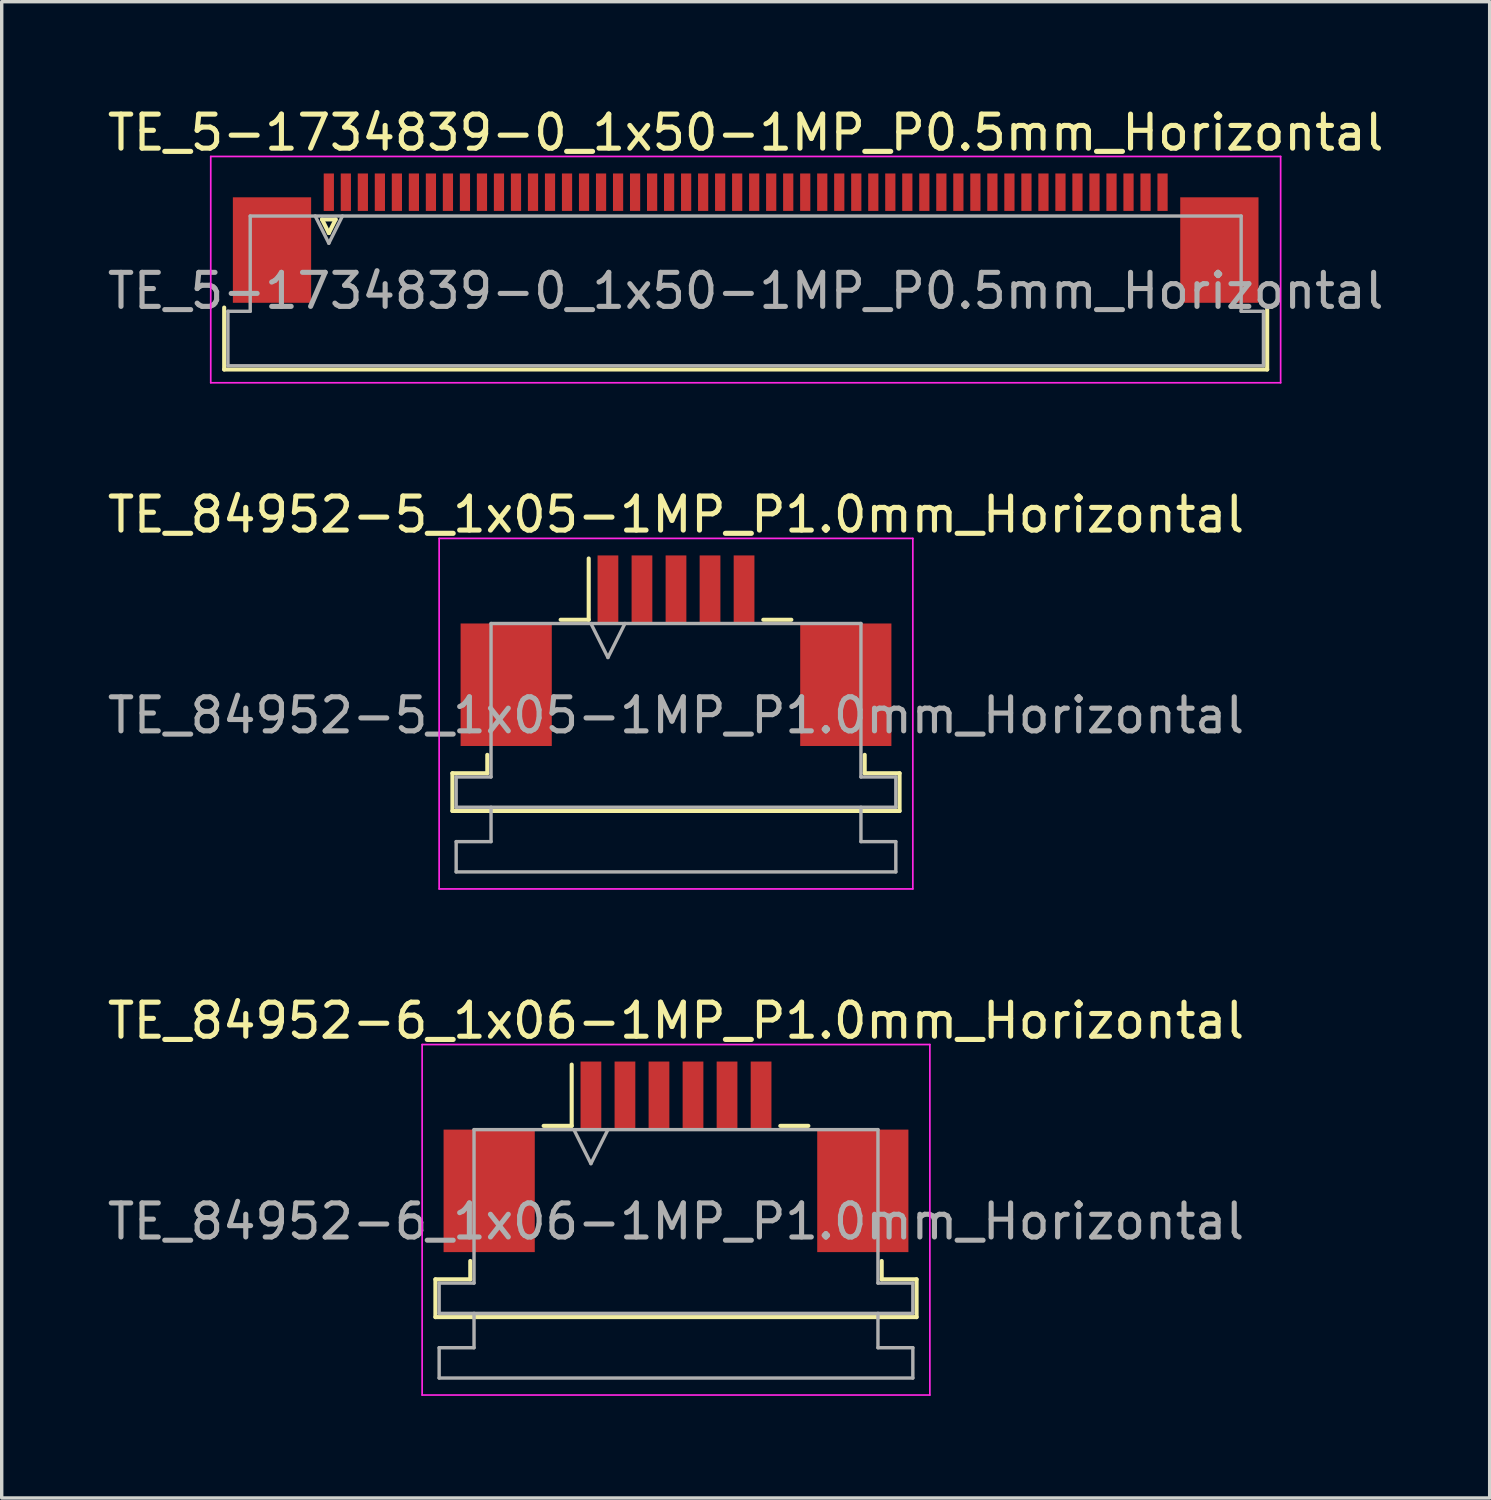
<source format=kicad_pcb>
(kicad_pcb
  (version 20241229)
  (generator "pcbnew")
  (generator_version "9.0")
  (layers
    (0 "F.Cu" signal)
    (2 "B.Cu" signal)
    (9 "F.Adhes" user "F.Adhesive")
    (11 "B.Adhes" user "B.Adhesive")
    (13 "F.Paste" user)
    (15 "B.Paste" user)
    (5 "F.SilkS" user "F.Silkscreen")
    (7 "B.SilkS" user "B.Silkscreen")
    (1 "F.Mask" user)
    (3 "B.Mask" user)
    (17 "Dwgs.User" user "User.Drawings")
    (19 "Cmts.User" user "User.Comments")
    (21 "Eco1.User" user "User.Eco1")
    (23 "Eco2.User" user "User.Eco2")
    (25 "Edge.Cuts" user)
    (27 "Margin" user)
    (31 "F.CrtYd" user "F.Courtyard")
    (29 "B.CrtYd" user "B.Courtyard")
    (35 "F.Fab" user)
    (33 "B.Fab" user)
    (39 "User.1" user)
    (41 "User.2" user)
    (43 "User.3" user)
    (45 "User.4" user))
  (footprint "TE_84952-6_1x06-1MP_P1.0mm_Horizontal"
    (layer "F.Cu")
    (at 16.815 30.945)
    (property "Reference" "TE_84952-6_1x06-1MP_P1.0mm_Horizontal" (at 0 -4 0) (layer "F.SilkS") (effects (font (size 1 1) (thickness 0.15))))
    (attr smd)
    (fp_line (start -7.07 3.6) (end -6.045 3.6) (stroke (width 0.12) (type solid)) (layer "F.SilkS"))
    (fp_line (start -7.07 4.71) (end -7.07 3.6) (stroke (width 0.12) (type solid)) (layer "F.SilkS"))
    (fp_line (start -6.045 3.6) (end -6.045 3.06) (stroke (width 0.12) (type solid)) (layer "F.SilkS"))
    (fp_line (start -3.89 -0.91) (end -3.065 -0.91) (stroke (width 0.12) (type solid)) (layer "F.SilkS"))
    (fp_line (start -3.065 -0.91) (end -3.065 -2.71) (stroke (width 0.12) (type solid)) (layer "F.SilkS"))
    (fp_line (start 3.065 -0.91) (end 3.89 -0.91) (stroke (width 0.12) (type solid)) (layer "F.SilkS"))
    (fp_line (start 6.045 3.06) (end 6.045 3.6) (stroke (width 0.12) (type solid)) (layer "F.SilkS"))
    (fp_line (start 6.045 3.6) (end 7.07 3.6) (stroke (width 0.12) (type solid)) (layer "F.SilkS"))
    (fp_line (start 7.07 3.6) (end 7.07 4.71) (stroke (width 0.12) (type solid)) (layer "F.SilkS"))
    (fp_line (start 7.07 4.71) (end -7.07 4.71) (stroke (width 0.12) (type solid)) (layer "F.SilkS"))
    (fp_line (start -7.46 -3.3) (end -7.46 7) (stroke (width 0.05) (type solid)) (layer "F.CrtYd"))
    (fp_line (start -7.46 7) (end 7.46 7) (stroke (width 0.05) (type solid)) (layer "F.CrtYd"))
    (fp_line (start 7.46 -3.3) (end -7.46 -3.3) (stroke (width 0.05) (type solid)) (layer "F.CrtYd"))
    (fp_line (start 7.46 7) (end 7.46 -3.3) (stroke (width 0.05) (type solid)) (layer "F.CrtYd"))
    (fp_line (start -6.96 3.71) (end -5.935 3.71) (stroke (width 0.1) (type solid)) (layer "F.Fab"))
    (fp_line (start -6.96 4.6) (end -6.96 3.71) (stroke (width 0.1) (type solid)) (layer "F.Fab"))
    (fp_line (start -6.96 5.61) (end -5.935 5.61) (stroke (width 0.1) (type solid)) (layer "F.Fab"))
    (fp_line (start -6.96 6.5) (end -6.96 5.61) (stroke (width 0.1) (type solid)) (layer "F.Fab"))
    (fp_line (start -5.935 -0.8) (end 5.935 -0.8) (stroke (width 0.1) (type solid)) (layer "F.Fab"))
    (fp_line (start -5.935 3.71) (end -5.935 -0.8) (stroke (width 0.1) (type solid)) (layer "F.Fab"))
    (fp_line (start -5.935 5.61) (end -5.935 4.6) (stroke (width 0.1) (type solid)) (layer "F.Fab"))
    (fp_line (start -3 -0.8) (end -2.5 0.2) (stroke (width 0.1) (type solid)) (layer "F.Fab"))
    (fp_line (start -2.5 0.2) (end -2 -0.8) (stroke (width 0.1) (type solid)) (layer "F.Fab"))
    (fp_line (start 5.935 -0.8) (end 5.935 3.71) (stroke (width 0.1) (type solid)) (layer "F.Fab"))
    (fp_line (start 5.935 3.71) (end 6.96 3.71) (stroke (width 0.1) (type solid)) (layer "F.Fab"))
    (fp_line (start 5.935 4.6) (end 5.935 5.61) (stroke (width 0.1) (type solid)) (layer "F.Fab"))
    (fp_line (start 5.935 5.61) (end 6.96 5.61) (stroke (width 0.1) (type solid)) (layer "F.Fab"))
    (fp_line (start 6.96 3.71) (end 6.96 4.6) (stroke (width 0.1) (type solid)) (layer "F.Fab"))
    (fp_line (start 6.96 4.6) (end -6.96 4.6) (stroke (width 0.1) (type solid)) (layer "F.Fab"))
    (fp_line (start 6.96 5.61) (end 6.96 6.5) (stroke (width 0.1) (type solid)) (layer "F.Fab"))
    (fp_line (start 6.96 6.5) (end -6.96 6.5) (stroke (width 0.1) (type solid)) (layer "F.Fab"))
    (fp_text user "${REFERENCE}" (at 0 1.9 0) (layer "F.Fab") (effects (font (size 1 1) (thickness 0.15))))
    (pad "1" smd rect (at -2.5 -1.8) (size 0.61 2) (layers "F.Cu" "F.Mask" "F.Paste"))
    (pad "2" smd rect (at -1.5 -1.8) (size 0.61 2) (layers "F.Cu" "F.Mask" "F.Paste"))
    (pad "3" smd rect (at -0.5 -1.8) (size 0.61 2) (layers "F.Cu" "F.Mask" "F.Paste"))
    (pad "4" smd rect (at 0.5 -1.8) (size 0.61 2) (layers "F.Cu" "F.Mask" "F.Paste"))
    (pad "5" smd rect (at 1.5 -1.8) (size 0.61 2) (layers "F.Cu" "F.Mask" "F.Paste"))
    (pad "6" smd rect (at 2.5 -1.8) (size 0.61 2) (layers "F.Cu" "F.Mask" "F.Paste"))
    (pad "MP" smd rect (at -5.49 1) (size 2.68 3.6) (layers "F.Cu" "F.Mask" "F.Paste"))
    (pad "MP" smd rect (at 5.49 1) (size 2.68 3.6) (layers "F.Cu" "F.Mask" "F.Paste")))
  (footprint "TE_5-1734839-0_1x50-1MP_P0.5mm_Horizontal"
    (layer "F.Cu")
    (at 18.863 4.848)
    (property "Reference" "TE_5-1734839-0_1x50-1MP_P0.5mm_Horizontal" (at 0 -4 0) (layer "F.SilkS") (effects (font (size 1 1) (thickness 0.15))))
    (attr smd)
    (fp_line (start -15.325 2.96) (end -15.325 1.14) (stroke (width 0.12) (type solid)) (layer "F.SilkS"))
    (fp_line (start -12.45 -1.45) (end -12.25 -1.05) (stroke (width 0.12) (type solid)) (layer "F.SilkS"))
    (fp_line (start -12.25 -1.05) (end -12.05 -1.45) (stroke (width 0.12) (type solid)) (layer "F.SilkS"))
    (fp_line (start -12.05 -1.45) (end -12.45 -1.45) (stroke (width 0.12) (type solid)) (layer "F.SilkS"))
    (fp_line (start 15.325 1.14) (end 15.325 2.96) (stroke (width 0.12) (type solid)) (layer "F.SilkS"))
    (fp_line (start 15.325 2.96) (end -15.325 2.96) (stroke (width 0.12) (type solid)) (layer "F.SilkS"))
    (fp_line (start -15.72 -3.3) (end -15.72 3.35) (stroke (width 0.05) (type solid)) (layer "F.CrtYd"))
    (fp_line (start -15.72 3.35) (end 15.72 3.35) (stroke (width 0.05) (type solid)) (layer "F.CrtYd"))
    (fp_line (start 15.72 -3.3) (end -15.72 -3.3) (stroke (width 0.05) (type solid)) (layer "F.CrtYd"))
    (fp_line (start 15.72 3.35) (end 15.72 -3.3) (stroke (width 0.05) (type solid)) (layer "F.CrtYd"))
    (fp_line (start -15.215 1.25) (end -14.56 1.25) (stroke (width 0.1) (type solid)) (layer "F.Fab"))
    (fp_line (start -15.215 2.85) (end -15.215 1.25) (stroke (width 0.1) (type solid)) (layer "F.Fab"))
    (fp_line (start -14.56 -1.55) (end 14.56 -1.55) (stroke (width 0.1) (type solid)) (layer "F.Fab"))
    (fp_line (start -14.56 1.25) (end -14.56 -1.55) (stroke (width 0.1) (type solid)) (layer "F.Fab"))
    (fp_line (start -12.65 -1.55) (end -12.25 -0.75) (stroke (width 0.1) (type solid)) (layer "F.Fab"))
    (fp_line (start -12.25 -0.75) (end -11.85 -1.55) (stroke (width 0.1) (type solid)) (layer "F.Fab"))
    (fp_line (start 14.56 -1.55) (end 14.56 1.25) (stroke (width 0.1) (type solid)) (layer "F.Fab"))
    (fp_line (start 14.56 1.25) (end 15.215 1.25) (stroke (width 0.1) (type solid)) (layer "F.Fab"))
    (fp_line (start 15.215 1.25) (end 15.215 2.85) (stroke (width 0.1) (type solid)) (layer "F.Fab"))
    (fp_line (start 15.215 2.85) (end -15.215 2.85) (stroke (width 0.1) (type solid)) (layer "F.Fab"))
    (fp_text user "${REFERENCE}" (at 0 0.65 0) (layer "F.Fab") (effects (font (size 1 1) (thickness 0.15))))
    (pad "1" smd rect (at -12.25 -2.25) (size 0.3 1.1) (layers "F.Cu" "F.Mask" "F.Paste"))
    (pad "2" smd rect (at -11.75 -2.25) (size 0.3 1.1) (layers "F.Cu" "F.Mask" "F.Paste"))
    (pad "3" smd rect (at -11.25 -2.25) (size 0.3 1.1) (layers "F.Cu" "F.Mask" "F.Paste"))
    (pad "4" smd rect (at -10.75 -2.25) (size 0.3 1.1) (layers "F.Cu" "F.Mask" "F.Paste"))
    (pad "5" smd rect (at -10.25 -2.25) (size 0.3 1.1) (layers "F.Cu" "F.Mask" "F.Paste"))
    (pad "6" smd rect (at -9.75 -2.25) (size 0.3 1.1) (layers "F.Cu" "F.Mask" "F.Paste"))
    (pad "7" smd rect (at -9.25 -2.25) (size 0.3 1.1) (layers "F.Cu" "F.Mask" "F.Paste"))
    (pad "8" smd rect (at -8.75 -2.25) (size 0.3 1.1) (layers "F.Cu" "F.Mask" "F.Paste"))
    (pad "9" smd rect (at -8.25 -2.25) (size 0.3 1.1) (layers "F.Cu" "F.Mask" "F.Paste"))
    (pad "10" smd rect (at -7.75 -2.25) (size 0.3 1.1) (layers "F.Cu" "F.Mask" "F.Paste"))
    (pad "11" smd rect (at -7.25 -2.25) (size 0.3 1.1) (layers "F.Cu" "F.Mask" "F.Paste"))
    (pad "12" smd rect (at -6.75 -2.25) (size 0.3 1.1) (layers "F.Cu" "F.Mask" "F.Paste"))
    (pad "13" smd rect (at -6.25 -2.25) (size 0.3 1.1) (layers "F.Cu" "F.Mask" "F.Paste"))
    (pad "14" smd rect (at -5.75 -2.25) (size 0.3 1.1) (layers "F.Cu" "F.Mask" "F.Paste"))
    (pad "15" smd rect (at -5.25 -2.25) (size 0.3 1.1) (layers "F.Cu" "F.Mask" "F.Paste"))
    (pad "16" smd rect (at -4.75 -2.25) (size 0.3 1.1) (layers "F.Cu" "F.Mask" "F.Paste"))
    (pad "17" smd rect (at -4.25 -2.25) (size 0.3 1.1) (layers "F.Cu" "F.Mask" "F.Paste"))
    (pad "18" smd rect (at -3.75 -2.25) (size 0.3 1.1) (layers "F.Cu" "F.Mask" "F.Paste"))
    (pad "19" smd rect (at -3.25 -2.25) (size 0.3 1.1) (layers "F.Cu" "F.Mask" "F.Paste"))
    (pad "20" smd rect (at -2.75 -2.25) (size 0.3 1.1) (layers "F.Cu" "F.Mask" "F.Paste"))
    (pad "21" smd rect (at -2.25 -2.25) (size 0.3 1.1) (layers "F.Cu" "F.Mask" "F.Paste"))
    (pad "22" smd rect (at -1.75 -2.25) (size 0.3 1.1) (layers "F.Cu" "F.Mask" "F.Paste"))
    (pad "23" smd rect (at -1.25 -2.25) (size 0.3 1.1) (layers "F.Cu" "F.Mask" "F.Paste"))
    (pad "24" smd rect (at -0.75 -2.25) (size 0.3 1.1) (layers "F.Cu" "F.Mask" "F.Paste"))
    (pad "25" smd rect (at -0.25 -2.25) (size 0.3 1.1) (layers "F.Cu" "F.Mask" "F.Paste"))
    (pad "26" smd rect (at 0.25 -2.25) (size 0.3 1.1) (layers "F.Cu" "F.Mask" "F.Paste"))
    (pad "27" smd rect (at 0.75 -2.25) (size 0.3 1.1) (layers "F.Cu" "F.Mask" "F.Paste"))
    (pad "28" smd rect (at 1.25 -2.25) (size 0.3 1.1) (layers "F.Cu" "F.Mask" "F.Paste"))
    (pad "29" smd rect (at 1.75 -2.25) (size 0.3 1.1) (layers "F.Cu" "F.Mask" "F.Paste"))
    (pad "30" smd rect (at 2.25 -2.25) (size 0.3 1.1) (layers "F.Cu" "F.Mask" "F.Paste"))
    (pad "31" smd rect (at 2.75 -2.25) (size 0.3 1.1) (layers "F.Cu" "F.Mask" "F.Paste"))
    (pad "32" smd rect (at 3.25 -2.25) (size 0.3 1.1) (layers "F.Cu" "F.Mask" "F.Paste"))
    (pad "33" smd rect (at 3.75 -2.25) (size 0.3 1.1) (layers "F.Cu" "F.Mask" "F.Paste"))
    (pad "34" smd rect (at 4.25 -2.25) (size 0.3 1.1) (layers "F.Cu" "F.Mask" "F.Paste"))
    (pad "35" smd rect (at 4.75 -2.25) (size 0.3 1.1) (layers "F.Cu" "F.Mask" "F.Paste"))
    (pad "36" smd rect (at 5.25 -2.25) (size 0.3 1.1) (layers "F.Cu" "F.Mask" "F.Paste"))
    (pad "37" smd rect (at 5.75 -2.25) (size 0.3 1.1) (layers "F.Cu" "F.Mask" "F.Paste"))
    (pad "38" smd rect (at 6.25 -2.25) (size 0.3 1.1) (layers "F.Cu" "F.Mask" "F.Paste"))
    (pad "39" smd rect (at 6.75 -2.25) (size 0.3 1.1) (layers "F.Cu" "F.Mask" "F.Paste"))
    (pad "40" smd rect (at 7.25 -2.25) (size 0.3 1.1) (layers "F.Cu" "F.Mask" "F.Paste"))
    (pad "41" smd rect (at 7.75 -2.25) (size 0.3 1.1) (layers "F.Cu" "F.Mask" "F.Paste"))
    (pad "42" smd rect (at 8.25 -2.25) (size 0.3 1.1) (layers "F.Cu" "F.Mask" "F.Paste"))
    (pad "43" smd rect (at 8.75 -2.25) (size 0.3 1.1) (layers "F.Cu" "F.Mask" "F.Paste"))
    (pad "44" smd rect (at 9.25 -2.25) (size 0.3 1.1) (layers "F.Cu" "F.Mask" "F.Paste"))
    (pad "45" smd rect (at 9.75 -2.25) (size 0.3 1.1) (layers "F.Cu" "F.Mask" "F.Paste"))
    (pad "46" smd rect (at 10.25 -2.25) (size 0.3 1.1) (layers "F.Cu" "F.Mask" "F.Paste"))
    (pad "47" smd rect (at 10.75 -2.25) (size 0.3 1.1) (layers "F.Cu" "F.Mask" "F.Paste"))
    (pad "48" smd rect (at 11.25 -2.25) (size 0.3 1.1) (layers "F.Cu" "F.Mask" "F.Paste"))
    (pad "49" smd rect (at 11.75 -2.25) (size 0.3 1.1) (layers "F.Cu" "F.Mask" "F.Paste"))
    (pad "50" smd rect (at 12.25 -2.25) (size 0.3 1.1) (layers "F.Cu" "F.Mask" "F.Paste"))
    (pad "MP" smd rect (at -13.92 -0.55) (size 2.3 3.1) (layers "F.Cu" "F.Mask" "F.Paste"))
    (pad "MP" smd rect (at 13.92 -0.55) (size 2.3 3.1) (layers "F.Cu" "F.Mask" "F.Paste")))
  (footprint "TE_84952-5_1x05-1MP_P1.0mm_Horizontal"
    (layer "F.Cu")
    (at 16.815 16.072)
    (property "Reference" "TE_84952-5_1x05-1MP_P1.0mm_Horizontal" (at 0 -4 0) (layer "F.SilkS") (effects (font (size 1 1) (thickness 0.15))))
    (attr smd)
    (fp_line (start -6.57 3.6) (end -5.545 3.6) (stroke (width 0.12) (type solid)) (layer "F.SilkS"))
    (fp_line (start -6.57 4.71) (end -6.57 3.6) (stroke (width 0.12) (type solid)) (layer "F.SilkS"))
    (fp_line (start -5.545 3.6) (end -5.545 3.06) (stroke (width 0.12) (type solid)) (layer "F.SilkS"))
    (fp_line (start -3.39 -0.91) (end -2.565 -0.91) (stroke (width 0.12) (type solid)) (layer "F.SilkS"))
    (fp_line (start -2.565 -0.91) (end -2.565 -2.71) (stroke (width 0.12) (type solid)) (layer "F.SilkS"))
    (fp_line (start 2.565 -0.91) (end 3.39 -0.91) (stroke (width 0.12) (type solid)) (layer "F.SilkS"))
    (fp_line (start 5.545 3.06) (end 5.545 3.6) (stroke (width 0.12) (type solid)) (layer "F.SilkS"))
    (fp_line (start 5.545 3.6) (end 6.57 3.6) (stroke (width 0.12) (type solid)) (layer "F.SilkS"))
    (fp_line (start 6.57 3.6) (end 6.57 4.71) (stroke (width 0.12) (type solid)) (layer "F.SilkS"))
    (fp_line (start 6.57 4.71) (end -6.57 4.71) (stroke (width 0.12) (type solid)) (layer "F.SilkS"))
    (fp_line (start -6.96 -3.3) (end -6.96 7) (stroke (width 0.05) (type solid)) (layer "F.CrtYd"))
    (fp_line (start -6.96 7) (end 6.96 7) (stroke (width 0.05) (type solid)) (layer "F.CrtYd"))
    (fp_line (start 6.96 -3.3) (end -6.96 -3.3) (stroke (width 0.05) (type solid)) (layer "F.CrtYd"))
    (fp_line (start 6.96 7) (end 6.96 -3.3) (stroke (width 0.05) (type solid)) (layer "F.CrtYd"))
    (fp_line (start -6.46 3.71) (end -5.435 3.71) (stroke (width 0.1) (type solid)) (layer "F.Fab"))
    (fp_line (start -6.46 4.6) (end -6.46 3.71) (stroke (width 0.1) (type solid)) (layer "F.Fab"))
    (fp_line (start -6.46 5.61) (end -5.435 5.61) (stroke (width 0.1) (type solid)) (layer "F.Fab"))
    (fp_line (start -6.46 6.5) (end -6.46 5.61) (stroke (width 0.1) (type solid)) (layer "F.Fab"))
    (fp_line (start -5.435 -0.8) (end 5.435 -0.8) (stroke (width 0.1) (type solid)) (layer "F.Fab"))
    (fp_line (start -5.435 3.71) (end -5.435 -0.8) (stroke (width 0.1) (type solid)) (layer "F.Fab"))
    (fp_line (start -5.435 5.61) (end -5.435 4.6) (stroke (width 0.1) (type solid)) (layer "F.Fab"))
    (fp_line (start -2.5 -0.8) (end -2 0.2) (stroke (width 0.1) (type solid)) (layer "F.Fab"))
    (fp_line (start -2 0.2) (end -1.5 -0.8) (stroke (width 0.1) (type solid)) (layer "F.Fab"))
    (fp_line (start 5.435 -0.8) (end 5.435 3.71) (stroke (width 0.1) (type solid)) (layer "F.Fab"))
    (fp_line (start 5.435 3.71) (end 6.46 3.71) (stroke (width 0.1) (type solid)) (layer "F.Fab"))
    (fp_line (start 5.435 4.6) (end 5.435 5.61) (stroke (width 0.1) (type solid)) (layer "F.Fab"))
    (fp_line (start 5.435 5.61) (end 6.46 5.61) (stroke (width 0.1) (type solid)) (layer "F.Fab"))
    (fp_line (start 6.46 3.71) (end 6.46 4.6) (stroke (width 0.1) (type solid)) (layer "F.Fab"))
    (fp_line (start 6.46 4.6) (end -6.46 4.6) (stroke (width 0.1) (type solid)) (layer "F.Fab"))
    (fp_line (start 6.46 5.61) (end 6.46 6.5) (stroke (width 0.1) (type solid)) (layer "F.Fab"))
    (fp_line (start 6.46 6.5) (end -6.46 6.5) (stroke (width 0.1) (type solid)) (layer "F.Fab"))
    (fp_text user "${REFERENCE}" (at 0 1.9 0) (layer "F.Fab") (effects (font (size 1 1) (thickness 0.15))))
    (pad "1" smd rect (at -2 -1.8) (size 0.61 2) (layers "F.Cu" "F.Mask" "F.Paste"))
    (pad "2" smd rect (at -1 -1.8) (size 0.61 2) (layers "F.Cu" "F.Mask" "F.Paste"))
    (pad "3" smd rect (at 0 -1.8) (size 0.61 2) (layers "F.Cu" "F.Mask" "F.Paste"))
    (pad "4" smd rect (at 1 -1.8) (size 0.61 2) (layers "F.Cu" "F.Mask" "F.Paste"))
    (pad "5" smd rect (at 2 -1.8) (size 0.61 2) (layers "F.Cu" "F.Mask" "F.Paste"))
    (pad "MP" smd rect (at -4.99 1) (size 2.68 3.6) (layers "F.Cu" "F.Mask" "F.Paste"))
    (pad "MP" smd rect (at 4.99 1) (size 2.68 3.6) (layers "F.Cu" "F.Mask" "F.Paste")))
  (gr_rect
    (start -3 -3)
    (end 40.726 40.97)
    (stroke (width 0.1) (type default))
    (fill no)
    (layer "Edge.Cuts")))
</source>
